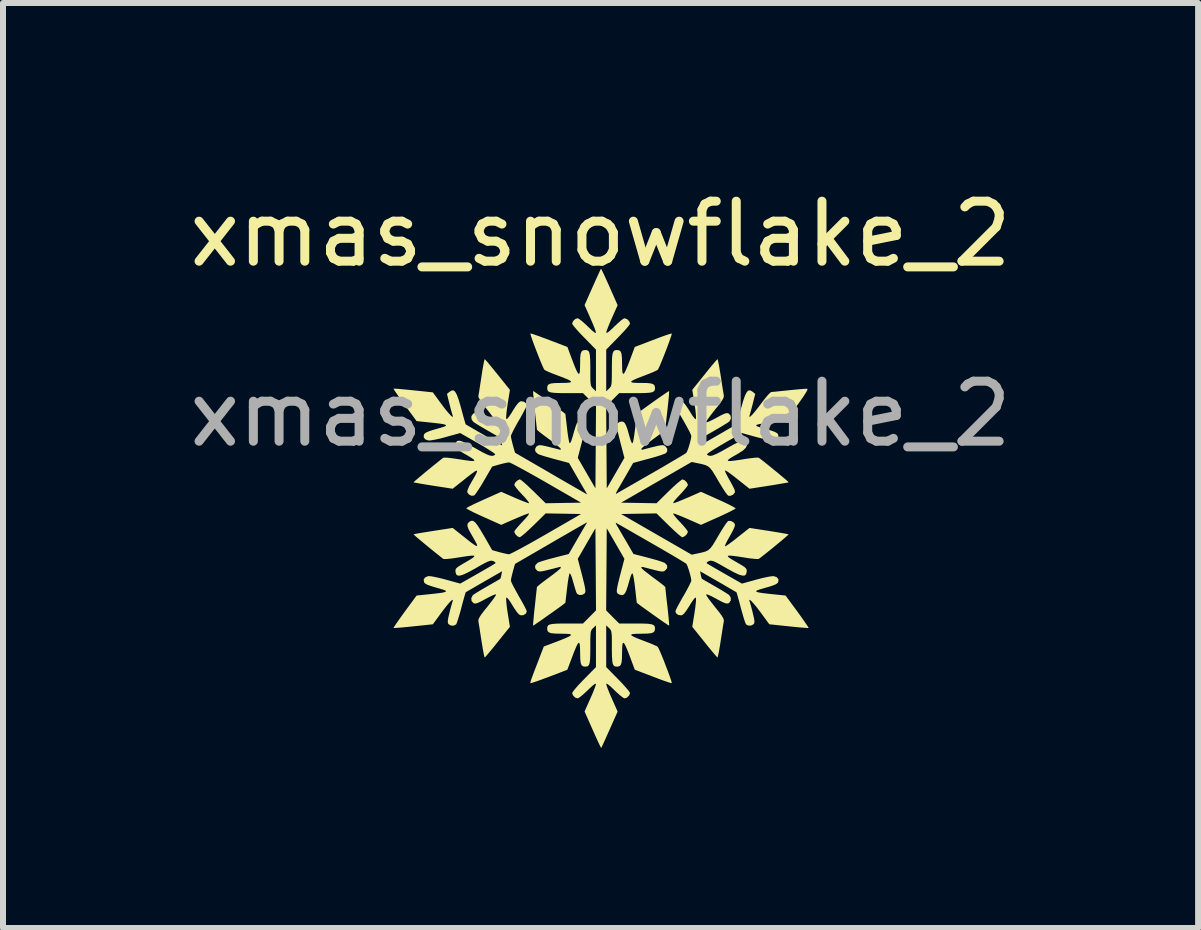
<source format=kicad_pcb>
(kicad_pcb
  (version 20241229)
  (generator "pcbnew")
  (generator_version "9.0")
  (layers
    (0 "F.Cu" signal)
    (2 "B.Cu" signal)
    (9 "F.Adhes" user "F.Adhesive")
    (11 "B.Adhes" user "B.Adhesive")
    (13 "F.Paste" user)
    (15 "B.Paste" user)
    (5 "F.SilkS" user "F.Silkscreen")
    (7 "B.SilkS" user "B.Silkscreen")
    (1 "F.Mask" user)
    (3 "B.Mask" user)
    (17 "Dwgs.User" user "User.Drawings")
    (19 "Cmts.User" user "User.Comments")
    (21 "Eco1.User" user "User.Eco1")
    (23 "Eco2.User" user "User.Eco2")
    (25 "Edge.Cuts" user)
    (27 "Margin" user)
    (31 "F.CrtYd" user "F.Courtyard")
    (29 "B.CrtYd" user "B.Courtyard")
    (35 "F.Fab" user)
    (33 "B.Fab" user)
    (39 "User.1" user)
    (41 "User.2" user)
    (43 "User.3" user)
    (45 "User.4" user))
  (footprint "xmas_snowflake_2"
    (layer "F.Cu")
    (at 6.958 1.348)
    (property "Reference" "xmas_snowflake_2" (at 0 -0.5 0) (unlocked yes) (layer "F.SilkS") (effects (font (size 1 1) (thickness 0.15))))
    (fp_poly (pts (xy 0.016 0.093) (xy 0.038 0.137) (xy 0.07 0.205) (xy 0.109 0.291) (xy 0.149 0.38) (xy 0.285 0.688) (xy 0.19 0.901) (xy 0.153 0.985) (xy 0.123 1.06) (xy 0.102 1.116) (xy 0.095 1.146) (xy 0.095 1.146) (xy 0.106 1.15) (xy 0.142 1.126) (xy 0.201 1.073) (xy 0.232 1.042) (xy 0.293 0.985) (xy 0.346 0.939) (xy 0.386 0.911) (xy 0.401 0.906) (xy 0.444 0.921) (xy 0.479 0.958) (xy 0.492 0.995) (xy 0.479 1.018) (xy 0.444 1.063) (xy 0.391 1.123) (xy 0.326 1.192) (xy 0.293 1.226) (xy 0.095 1.428) (xy 0.095 1.775) (xy 0.095 2.123) (xy 0.142 2.078) (xy 0.16 2.059) (xy 0.173 2.039) (xy 0.181 2.011) (xy 0.186 1.968) (xy 0.188 1.904) (xy 0.189 1.812) (xy 0.189 1.757) (xy 0.19 1.639) (xy 0.193 1.554) (xy 0.201 1.496) (xy 0.214 1.461) (xy 0.233 1.442) (xy 0.26 1.436) (xy 0.274 1.435) (xy 0.31 1.44) (xy 0.335 1.46) (xy 0.35 1.499) (xy 0.357 1.564) (xy 0.359 1.66) (xy 0.359 1.668) (xy 0.361 1.756) (xy 0.366 1.811) (xy 0.377 1.834) (xy 0.394 1.824) (xy 0.418 1.779) (xy 0.452 1.699) (xy 0.491 1.599) (xy 0.571 1.384) (xy 0.875 1.268) (xy 0.975 1.23) (xy 1.062 1.198) (xy 1.13 1.175) (xy 1.174 1.162) (xy 1.187 1.16) (xy 1.184 1.18) (xy 1.169 1.227) (xy 1.145 1.296) (xy 1.115 1.378) (xy 1.081 1.467) (xy 1.046 1.556) (xy 1.013 1.637) (xy 0.985 1.704) (xy 0.964 1.749) (xy 0.954 1.764) (xy 0.928 1.779) (xy 0.875 1.804) (xy 0.803 1.833) (xy 0.736 1.859) (xy 0.627 1.901) (xy 0.554 1.932) (xy 0.515 1.955) (xy 0.511 1.97) (xy 0.539 1.979) (xy 0.601 1.983) (xy 0.673 1.984) (xy 0.772 1.985) (xy 0.84 1.992) (xy 0.881 2.006) (xy 0.902 2.03) (xy 0.908 2.065) (xy 0.908 2.069) (xy 0.905 2.1) (xy 0.892 2.122) (xy 0.863 2.138) (xy 0.815 2.147) (xy 0.742 2.152) (xy 0.637 2.154) (xy 0.587 2.154) (xy 0.311 2.154) (xy 0.202 2.263) (xy 0.094 2.373) (xy 0.099 3.057) (xy 0.104 3.741) (xy 0.251 3.487) (xy 0.398 3.232) (xy 0.327 2.96) (xy 0.3 2.852) (xy 0.282 2.774) (xy 0.273 2.721) (xy 0.271 2.687) (xy 0.276 2.665) (xy 0.282 2.657) (xy 0.32 2.633) (xy 0.353 2.627) (xy 0.381 2.632) (xy 0.404 2.653) (xy 0.426 2.694) (xy 0.45 2.76) (xy 0.477 2.858) (xy 0.483 2.878) (xy 0.503 2.943) (xy 0.52 2.982) (xy 0.534 2.99) (xy 0.534 2.989) (xy 0.542 2.965) (xy 0.553 2.911) (xy 0.565 2.835) (xy 0.576 2.745) (xy 0.577 2.738) (xy 0.587 2.649) (xy 0.596 2.575) (xy 0.602 2.523) (xy 0.604 2.501) (xy 0.604 2.5) (xy 0.62 2.487) (xy 0.659 2.457) (xy 0.718 2.414) (xy 0.789 2.363) (xy 0.867 2.307) (xy 0.945 2.252) (xy 1.018 2.201) (xy 1.079 2.159) (xy 1.123 2.13) (xy 1.143 2.119) (xy 1.143 2.119) (xy 1.143 2.139) (xy 1.14 2.19) (xy 1.133 2.266) (xy 1.123 2.361) (xy 1.115 2.437) (xy 1.103 2.542) (xy 1.093 2.633) (xy 1.085 2.705) (xy 1.08 2.75) (xy 1.079 2.762) (xy 1.064 2.777) (xy 1.024 2.81) (xy 0.965 2.856) (xy 0.893 2.909) (xy 0.879 2.919) (xy 0.805 2.975) (xy 0.744 3.023) (xy 0.7 3.06) (xy 0.681 3.08) (xy 0.681 3.082) (xy 0.685 3.099) (xy 0.686 3.099) (xy 0.705 3.095) (xy 0.752 3.083) (xy 0.82 3.065) (xy 0.864 3.054) (xy 0.947 3.034) (xy 1.003 3.023) (xy 1.039 3.021) (xy 1.063 3.028) (xy 1.077 3.037) (xy 1.11 3.077) (xy 1.112 3.123) (xy 1.089 3.155) (xy 1.062 3.167) (xy 1.006 3.187) (xy 0.928 3.212) (xy 0.835 3.238) (xy 0.803 3.247) (xy 0.544 3.317) (xy 0.441 3.497) (xy 0.393 3.58) (xy 0.346 3.662) (xy 0.307 3.729) (xy 0.289 3.759) (xy 0.265 3.804) (xy 0.255 3.83) (xy 0.258 3.833) (xy 0.278 3.821) (xy 0.326 3.793) (xy 0.4 3.751) (xy 0.495 3.696) (xy 0.607 3.632) (xy 0.732 3.56) (xy 0.842 3.497) (xy 0.976 3.42) (xy 1.099 3.348) (xy 1.209 3.283) (xy 1.301 3.229) (xy 1.371 3.187) (xy 1.416 3.159) (xy 1.43 3.149) (xy 1.445 3.12) (xy 1.465 3.067) (xy 1.485 3.001) (xy 1.502 2.936) (xy 1.512 2.884) (xy 1.513 2.868) (xy 1.504 2.841) (xy 1.479 2.788) (xy 1.441 2.717) (xy 1.395 2.635) (xy 1.381 2.61) (xy 1.332 2.526) (xy 1.292 2.452) (xy 1.263 2.394) (xy 1.249 2.36) (xy 1.248 2.356) (xy 1.265 2.317) (xy 1.306 2.292) (xy 1.347 2.289) (xy 1.376 2.304) (xy 1.411 2.342) (xy 1.457 2.409) (xy 1.484 2.452) (xy 1.531 2.528) (xy 1.566 2.573) (xy 1.586 2.588) (xy 1.59 2.585) (xy 1.592 2.558) (xy 1.588 2.501) (xy 1.58 2.424) (xy 1.566 2.334) (xy 1.566 2.33) (xy 1.529 2.099) (xy 1.734 1.844) (xy 1.801 1.76) (xy 1.86 1.688) (xy 1.908 1.632) (xy 1.939 1.597) (xy 1.949 1.587) (xy 1.956 1.605) (xy 1.966 1.653) (xy 1.98 1.726) (xy 1.995 1.817) (xy 2.003 1.865) (xy 2.019 1.968) (xy 2.033 2.06) (xy 2.045 2.134) (xy 2.053 2.182) (xy 2.055 2.192) (xy 2.054 2.218) (xy 2.039 2.253) (xy 2.008 2.301) (xy 1.958 2.368) (xy 1.911 2.425) (xy 1.854 2.498) (xy 1.806 2.561) (xy 1.773 2.609) (xy 1.759 2.635) (xy 1.759 2.636) (xy 1.774 2.639) (xy 1.817 2.623) (xy 1.884 2.59) (xy 1.928 2.567) (xy 2.007 2.524) (xy 2.062 2.498) (xy 2.098 2.487) (xy 2.124 2.489) (xy 2.136 2.493) (xy 2.168 2.529) (xy 2.173 2.577) (xy 2.15 2.622) (xy 2.142 2.63) (xy 2.113 2.65) (xy 2.059 2.683) (xy 1.987 2.727) (xy 1.905 2.774) (xy 1.901 2.777) (xy 1.822 2.822) (xy 1.756 2.86) (xy 1.71 2.887) (xy 1.689 2.9) (xy 1.688 2.9) (xy 1.682 2.919) (xy 1.672 2.96) (xy 1.671 2.964) (xy 1.659 3.025) (xy 1.96 2.852) (xy 2.055 2.797) (xy 2.139 2.748) (xy 2.205 2.71) (xy 2.249 2.684) (xy 2.265 2.674) (xy 2.272 2.655) (xy 2.286 2.606) (xy 2.307 2.534) (xy 2.331 2.446) (xy 2.341 2.409) (xy 2.376 2.287) (xy 2.406 2.199) (xy 2.434 2.142) (xy 2.461 2.112) (xy 2.49 2.107) (xy 2.524 2.123) (xy 2.535 2.131) (xy 2.578 2.167) (xy 2.538 2.327) (xy 2.518 2.404) (xy 2.5 2.47) (xy 2.487 2.514) (xy 2.485 2.522) (xy 2.479 2.548) (xy 2.493 2.546) (xy 2.525 2.517) (xy 2.572 2.462) (xy 2.633 2.386) (xy 2.676 2.328) (xy 2.732 2.255) (xy 2.782 2.194) (xy 2.822 2.152) (xy 2.845 2.135) (xy 2.846 2.135) (xy 2.874 2.133) (xy 2.933 2.127) (xy 3.013 2.119) (xy 3.109 2.109) (xy 3.148 2.105) (xy 3.248 2.095) (xy 3.334 2.087) (xy 3.402 2.082) (xy 3.442 2.081) (xy 3.448 2.081) (xy 3.448 2.099) (xy 3.424 2.144) (xy 3.377 2.217) (xy 3.307 2.316) (xy 3.279 2.354) (xy 3.084 2.62) (xy 2.852 2.644) (xy 2.735 2.657) (xy 2.654 2.668) (xy 2.607 2.68) (xy 2.592 2.692) (xy 2.607 2.705) (xy 2.65 2.721) (xy 2.678 2.729) (xy 2.782 2.759) (xy 2.856 2.782) (xy 2.905 2.8) (xy 2.935 2.816) (xy 2.953 2.832) (xy 2.958 2.839) (xy 2.967 2.883) (xy 2.945 2.92) (xy 2.897 2.942) (xy 2.882 2.944) (xy 2.843 2.941) (xy 2.777 2.929) (xy 2.693 2.91) (xy 2.599 2.886) (xy 2.592 2.884) (xy 2.357 2.819) (xy 2.057 2.991) (xy 1.963 3.046) (xy 1.883 3.095) (xy 1.821 3.135) (xy 1.782 3.163) (xy 1.772 3.176) (xy 1.799 3.194) (xy 1.83 3.2) (xy 1.873 3.191) (xy 1.931 3.167) (xy 2.011 3.126) (xy 2.105 3.073) (xy 2.214 3.012) (xy 2.296 2.971) (xy 2.356 2.949) (xy 2.396 2.945) (xy 2.421 2.958) (xy 2.434 2.979) (xy 2.44 3.023) (xy 2.421 3.065) (xy 2.374 3.11) (xy 2.294 3.161) (xy 2.27 3.175) (xy 2.191 3.22) (xy 2.141 3.253) (xy 2.12 3.274) (xy 2.129 3.284) (xy 2.171 3.285) (xy 2.247 3.276) (xy 2.358 3.26) (xy 2.402 3.252) (xy 2.489 3.24) (xy 2.563 3.231) (xy 2.616 3.228) (xy 2.638 3.231) (xy 2.681 3.263) (xy 2.74 3.309) (xy 2.809 3.365) (xy 2.884 3.426) (xy 2.958 3.486) (xy 3.026 3.543) (xy 3.082 3.59) (xy 3.12 3.624) (xy 3.135 3.639) (xy 3.135 3.64) (xy 3.115 3.645) (xy 3.064 3.654) (xy 2.988 3.667) (xy 2.893 3.683) (xy 2.806 3.697) (xy 2.483 3.747) (xy 2.29 3.594) (xy 2.217 3.536) (xy 2.153 3.488) (xy 2.105 3.455) (xy 2.079 3.44) (xy 2.078 3.44) (xy 2.076 3.455) (xy 2.091 3.493) (xy 2.12 3.548) (xy 2.12 3.549) (xy 2.173 3.643) (xy 2.209 3.711) (xy 2.231 3.757) (xy 2.24 3.788) (xy 2.239 3.808) (xy 2.238 3.811) (xy 2.208 3.847) (xy 2.162 3.866) (xy 2.129 3.863) (xy 2.109 3.843) (xy 2.075 3.797) (xy 2.032 3.73) (xy 1.982 3.648) (xy 1.963 3.616) (xy 1.907 3.52) (xy 1.864 3.451) (xy 1.827 3.404) (xy 1.789 3.372) (xy 1.745 3.352) (xy 1.688 3.336) (xy 1.631 3.324) (xy 1.519 3.301) (xy 0.931 3.64) (xy 0.343 3.979) (xy 0.638 3.984) (xy 0.933 3.989) (xy 1.135 3.79) (xy 1.208 3.72) (xy 1.273 3.661) (xy 1.325 3.618) (xy 1.358 3.594) (xy 1.365 3.591) (xy 1.402 3.606) (xy 1.437 3.64) (xy 1.456 3.679) (xy 1.456 3.685) (xy 1.444 3.707) (xy 1.41 3.75) (xy 1.361 3.806) (xy 1.321 3.849) (xy 1.267 3.906) (xy 1.229 3.952) (xy 1.211 3.981) (xy 1.212 3.989) (xy 1.239 3.981) (xy 1.293 3.962) (xy 1.365 3.932) (xy 1.45 3.896) (xy 1.456 3.894) (xy 1.674 3.798) (xy 1.964 3.928) (xy 2.059 3.971) (xy 2.141 4.011) (xy 2.204 4.044) (xy 2.242 4.066) (xy 2.251 4.075) (xy 2.233 4.088) (xy 2.187 4.113) (xy 2.118 4.148) (xy 2.031 4.189) (xy 1.961 4.221) (xy 1.674 4.349) (xy 1.456 4.253) (xy 1.371 4.217) (xy 1.297 4.187) (xy 1.242 4.166) (xy 1.213 4.158) (xy 1.212 4.158) (xy 1.213 4.171) (xy 1.237 4.204) (xy 1.279 4.254) (xy 1.321 4.298) (xy 1.377 4.359) (xy 1.423 4.413) (xy 1.45 4.451) (xy 1.456 4.466) (xy 1.441 4.501) (xy 1.407 4.536) (xy 1.368 4.555) (xy 1.362 4.556) (xy 1.341 4.543) (xy 1.298 4.508) (xy 1.239 4.456) (xy 1.17 4.39) (xy 1.135 4.357) (xy 0.933 4.158) (xy 0.638 4.163) (xy 0.343 4.168) (xy 0.931 4.507) (xy 1.519 4.846) (xy 1.631 4.823) (xy 1.702 4.807) (xy 1.756 4.791) (xy 1.798 4.769) (xy 1.835 4.734) (xy 1.873 4.683) (xy 1.918 4.609) (xy 1.963 4.531) (xy 2.014 4.446) (xy 2.06 4.373) (xy 2.098 4.318) (xy 2.124 4.287) (xy 2.129 4.284) (xy 2.174 4.284) (xy 2.217 4.308) (xy 2.238 4.336) (xy 2.24 4.355) (xy 2.233 4.384) (xy 2.214 4.427) (xy 2.181 4.491) (xy 2.131 4.58) (xy 2.12 4.598) (xy 2.092 4.653) (xy 2.076 4.692) (xy 2.077 4.707) (xy 2.078 4.707) (xy 2.099 4.696) (xy 2.144 4.665) (xy 2.205 4.62) (xy 2.278 4.563) (xy 2.29 4.553) (xy 2.483 4.4) (xy 2.806 4.45) (xy 2.912 4.467) (xy 3.004 4.482) (xy 3.076 4.495) (xy 3.122 4.504) (xy 3.135 4.507) (xy 3.123 4.52) (xy 3.087 4.552) (xy 3.033 4.598) (xy 2.966 4.654) (xy 2.893 4.714) (xy 2.818 4.775) (xy 2.747 4.832) (xy 2.687 4.879) (xy 2.642 4.913) (xy 2.638 4.916) (xy 2.613 4.919) (xy 2.559 4.915) (xy 2.484 4.907) (xy 2.402 4.894) (xy 2.279 4.875) (xy 2.192 4.864) (xy 2.14 4.861) (xy 2.12 4.869) (xy 2.132 4.887) (xy 2.174 4.917) (xy 2.246 4.959) (xy 2.28 4.979) (xy 2.354 5.022) (xy 2.401 5.053) (xy 2.426 5.077) (xy 2.436 5.1) (xy 2.436 5.127) (xy 2.436 5.131) (xy 2.426 5.171) (xy 2.404 5.193) (xy 2.365 5.195) (xy 2.307 5.178) (xy 2.226 5.141) (xy 2.118 5.082) (xy 2.092 5.067) (xy 1.999 5.014) (xy 1.932 4.978) (xy 1.885 4.956) (xy 1.852 4.947) (xy 1.826 4.947) (xy 1.806 4.953) (xy 1.774 4.971) (xy 1.769 4.988) (xy 1.77 4.989) (xy 1.791 5.002) (xy 1.84 5.032) (xy 1.91 5.073) (xy 1.996 5.122) (xy 2.072 5.166) (xy 2.357 5.328) (xy 2.592 5.263) (xy 2.686 5.238) (xy 2.772 5.219) (xy 2.839 5.207) (xy 2.881 5.203) (xy 2.882 5.203) (xy 2.935 5.22) (xy 2.965 5.254) (xy 2.963 5.297) (xy 2.958 5.308) (xy 2.944 5.324) (xy 2.919 5.34) (xy 2.879 5.357) (xy 2.816 5.378) (xy 2.726 5.404) (xy 2.678 5.418) (xy 2.623 5.435) (xy 2.595 5.45) (xy 2.596 5.462) (xy 2.629 5.474) (xy 2.694 5.485) (xy 2.795 5.497) (xy 2.852 5.503) (xy 3.084 5.527) (xy 3.28 5.793) (xy 3.343 5.88) (xy 3.396 5.956) (xy 3.437 6.016) (xy 3.462 6.054) (xy 3.468 6.067) (xy 3.448 6.068) (xy 3.397 6.064) (xy 3.32 6.058) (xy 3.225 6.049) (xy 3.137 6.04) (xy 2.813 6.006) (xy 2.674 5.816) (xy 2.607 5.727) (xy 2.551 5.66) (xy 2.51 5.615) (xy 2.485 5.597) (xy 2.479 5.606) (xy 2.485 5.625) (xy 2.495 5.658) (xy 2.512 5.718) (xy 2.531 5.792) (xy 2.537 5.817) (xy 2.556 5.898) (xy 2.565 5.951) (xy 2.563 5.984) (xy 2.553 6.003) (xy 2.514 6.026) (xy 2.465 6.028) (xy 2.426 6.008) (xy 2.425 6.007) (xy 2.413 5.981) (xy 2.394 5.926) (xy 2.371 5.848) (xy 2.345 5.757) (xy 2.338 5.731) (xy 2.314 5.639) (xy 2.292 5.561) (xy 2.276 5.504) (xy 2.267 5.475) (xy 2.266 5.473) (xy 2.248 5.462) (xy 2.203 5.436) (xy 2.136 5.397) (xy 2.052 5.348) (xy 1.96 5.295) (xy 1.659 5.122) (xy 1.671 5.182) (xy 1.681 5.225) (xy 1.688 5.247) (xy 1.688 5.247) (xy 1.705 5.257) (xy 1.749 5.283) (xy 1.813 5.319) (xy 1.89 5.364) (xy 1.901 5.37) (xy 1.983 5.418) (xy 2.056 5.461) (xy 2.111 5.496) (xy 2.141 5.516) (xy 2.142 5.517) (xy 2.17 5.56) (xy 2.171 5.609) (xy 2.144 5.648) (xy 2.136 5.653) (xy 2.113 5.66) (xy 2.083 5.656) (xy 2.039 5.639) (xy 1.973 5.605) (xy 1.928 5.58) (xy 1.85 5.539) (xy 1.794 5.514) (xy 1.763 5.507) (xy 1.759 5.511) (xy 1.77 5.534) (xy 1.801 5.58) (xy 1.848 5.642) (xy 1.905 5.714) (xy 1.911 5.722) (xy 1.977 5.804) (xy 2.021 5.864) (xy 2.046 5.907) (xy 2.055 5.938) (xy 2.055 5.955) (xy 2.049 5.99) (xy 2.038 6.055) (xy 2.025 6.141) (xy 2.009 6.24) (xy 2.003 6.282) (xy 1.987 6.379) (xy 1.973 6.461) (xy 1.96 6.522) (xy 1.952 6.555) (xy 1.949 6.559) (xy 1.935 6.545) (xy 1.9 6.506) (xy 1.851 6.447) (xy 1.789 6.372) (xy 1.734 6.303) (xy 1.529 6.048) (xy 1.566 5.817) (xy 1.579 5.727) (xy 1.588 5.649) (xy 1.592 5.591) (xy 1.59 5.563) (xy 1.59 5.562) (xy 1.575 5.565) (xy 1.545 5.6) (xy 1.501 5.665) (xy 1.484 5.695) (xy 1.432 5.776) (xy 1.392 5.828) (xy 1.36 5.853) (xy 1.347 5.857) (xy 1.296 5.851) (xy 1.259 5.823) (xy 1.248 5.791) (xy 1.257 5.765) (xy 1.282 5.714) (xy 1.32 5.644) (xy 1.366 5.561) (xy 1.381 5.537) (xy 1.429 5.452) (xy 1.469 5.377) (xy 1.498 5.318) (xy 1.512 5.284) (xy 1.513 5.279) (xy 1.508 5.237) (xy 1.493 5.176) (xy 1.474 5.109) (xy 1.454 5.049) (xy 1.436 5.007) (xy 1.43 4.998) (xy 1.409 4.983) (xy 1.359 4.953) (xy 1.285 4.908) (xy 1.189 4.851) (xy 1.076 4.785) (xy 0.95 4.712) (xy 0.842 4.65) (xy 0.708 4.573) (xy 0.584 4.502) (xy 0.475 4.439) (xy 0.384 4.387) (xy 0.314 4.347) (xy 0.27 4.322) (xy 0.256 4.314) (xy 0.254 4.321) (xy 0.268 4.352) (xy 0.278 4.368) (xy 0.303 4.41) (xy 0.341 4.476) (xy 0.387 4.556) (xy 0.433 4.633) (xy 0.549 4.834) (xy 0.79 4.896) (xy 0.884 4.922) (xy 0.968 4.946) (xy 1.033 4.968) (xy 1.071 4.983) (xy 1.073 4.984) (xy 1.109 5.023) (xy 1.111 5.069) (xy 1.077 5.11) (xy 1.076 5.111) (xy 1.054 5.123) (xy 1.026 5.127) (xy 0.985 5.122) (xy 0.921 5.107) (xy 0.867 5.093) (xy 0.783 5.071) (xy 0.729 5.057) (xy 0.698 5.05) (xy 0.685 5.051) (xy 0.681 5.057) (xy 0.681 5.065) (xy 0.695 5.082) (xy 0.735 5.117) (xy 0.794 5.163) (xy 0.866 5.218) (xy 0.879 5.228) (xy 0.954 5.283) (xy 1.015 5.33) (xy 1.059 5.365) (xy 1.078 5.384) (xy 1.079 5.385) (xy 1.081 5.407) (xy 1.087 5.46) (xy 1.095 5.538) (xy 1.106 5.634) (xy 1.115 5.709) (xy 1.126 5.814) (xy 1.135 5.904) (xy 1.141 5.974) (xy 1.144 6.017) (xy 1.143 6.028) (xy 1.127 6.02) (xy 1.087 5.993) (xy 1.028 5.953) (xy 0.957 5.903) (xy 0.879 5.848) (xy 0.801 5.792) (xy 0.728 5.74) (xy 0.667 5.696) (xy 0.624 5.663) (xy 0.605 5.647) (xy 0.604 5.647) (xy 0.602 5.628) (xy 0.596 5.578) (xy 0.588 5.506) (xy 0.578 5.418) (xy 0.577 5.409) (xy 0.566 5.318) (xy 0.554 5.241) (xy 0.543 5.185) (xy 0.534 5.158) (xy 0.534 5.157) (xy 0.52 5.165) (xy 0.503 5.204) (xy 0.483 5.269) (xy 0.483 5.269) (xy 0.454 5.372) (xy 0.43 5.444) (xy 0.408 5.488) (xy 0.385 5.512) (xy 0.358 5.52) (xy 0.353 5.52) (xy 0.307 5.508) (xy 0.282 5.49) (xy 0.273 5.473) (xy 0.271 5.446) (xy 0.276 5.404) (xy 0.289 5.34) (xy 0.311 5.249) (xy 0.327 5.187) (xy 0.398 4.915) (xy 0.251 4.66) (xy 0.104 4.406) (xy 0.099 5.09) (xy 0.094 5.774) (xy 0.202 5.884) (xy 0.311 5.993) (xy 0.587 5.993) (xy 0.704 5.994) (xy 0.79 5.997) (xy 0.847 6.005) (xy 0.883 6.018) (xy 0.901 6.037) (xy 0.907 6.065) (xy 0.908 6.078) (xy 0.903 6.114) (xy 0.884 6.139) (xy 0.845 6.154) (xy 0.78 6.161) (xy 0.685 6.163) (xy 0.673 6.163) (xy 0.586 6.165) (xy 0.531 6.17) (xy 0.509 6.18) (xy 0.52 6.196) (xy 0.566 6.22) (xy 0.646 6.253) (xy 0.736 6.288) (xy 0.818 6.319) (xy 0.887 6.348) (xy 0.936 6.371) (xy 0.954 6.383) (xy 0.968 6.407) (xy 0.991 6.458) (xy 1.021 6.529) (xy 1.055 6.612) (xy 1.089 6.702) (xy 1.123 6.79) (xy 1.152 6.869) (xy 1.174 6.933) (xy 1.186 6.975) (xy 1.187 6.987) (xy 1.168 6.984) (xy 1.119 6.968) (xy 1.046 6.943) (xy 0.957 6.91) (xy 0.875 6.879) (xy 0.571 6.763) (xy 0.491 6.548) (xy 0.448 6.437) (xy 0.415 6.361) (xy 0.391 6.32) (xy 0.375 6.314) (xy 0.365 6.34) (xy 0.361 6.399) (xy 0.359 6.479) (xy 0.357 6.578) (xy 0.35 6.645) (xy 0.336 6.685) (xy 0.312 6.706) (xy 0.277 6.712) (xy 0.274 6.712) (xy 0.243 6.709) (xy 0.221 6.696) (xy 0.205 6.668) (xy 0.196 6.619) (xy 0.191 6.546) (xy 0.189 6.442) (xy 0.189 6.39) (xy 0.189 6.282) (xy 0.188 6.205) (xy 0.184 6.153) (xy 0.177 6.119) (xy 0.167 6.096) (xy 0.151 6.078) (xy 0.142 6.069) (xy 0.095 6.024) (xy 0.095 6.372) (xy 0.095 6.719) (xy 0.293 6.921) (xy 0.363 6.993) (xy 0.422 7.059) (xy 0.466 7.111) (xy 0.489 7.144) (xy 0.492 7.152) (xy 0.476 7.194) (xy 0.439 7.229) (xy 0.401 7.241) (xy 0.375 7.229) (xy 0.33 7.194) (xy 0.273 7.144) (xy 0.232 7.105) (xy 0.165 7.04) (xy 0.119 7.004) (xy 0.097 6.995) (xy 0.095 7.001) (xy 0.102 7.03) (xy 0.122 7.085) (xy 0.152 7.16) (xy 0.189 7.244) (xy 0.19 7.247) (xy 0.285 7.461) (xy 0.151 7.762) (xy 0.107 7.86) (xy 0.069 7.945) (xy 0.038 8.012) (xy 0.018 8.055) (xy 0.012 8.068) (xy 0.003 8.054) (xy -0.019 8.01) (xy -0.051 7.942) (xy -0.09 7.856) (xy -0.13 7.766) (xy -0.266 7.459) (xy -0.171 7.246) (xy -0.134 7.162) (xy -0.104 7.087) (xy -0.083 7.031) (xy -0.076 7.001) (xy -0.076 7.001) (xy -0.088 6.996) (xy -0.123 7.021) (xy -0.182 7.074) (xy -0.213 7.105) (xy -0.274 7.162) (xy -0.328 7.208) (xy -0.367 7.235) (xy -0.382 7.241) (xy -0.425 7.226) (xy -0.46 7.189) (xy -0.473 7.152) (xy -0.46 7.129) (xy -0.425 7.084) (xy -0.373 7.024) (xy -0.307 6.954) (xy -0.274 6.921) (xy -0.076 6.719) (xy -0.076 6.372) (xy -0.076 6.024) (xy -0.123 6.069) (xy -0.141 6.087) (xy -0.154 6.107) (xy -0.163 6.136) (xy -0.167 6.179) (xy -0.17 6.243) (xy -0.17 6.335) (xy -0.17 6.39) (xy -0.171 6.508) (xy -0.174 6.593) (xy -0.182 6.651) (xy -0.195 6.686) (xy -0.214 6.705) (xy -0.242 6.711) (xy -0.255 6.712) (xy -0.291 6.707) (xy -0.316 6.687) (xy -0.331 6.648) (xy -0.338 6.583) (xy -0.34 6.487) (xy -0.34 6.479) (xy -0.342 6.391) (xy -0.347 6.336) (xy -0.358 6.313) (xy -0.375 6.323) (xy -0.399 6.368) (xy -0.433 6.447) (xy -0.472 6.549) (xy -0.553 6.764) (xy -0.856 6.88) (xy -0.956 6.917) (xy -1.043 6.949) (xy -1.111 6.972) (xy -1.155 6.985) (xy -1.168 6.987) (xy -1.17 6.98) (xy -1.166 6.963) (xy -1.157 6.932) (xy -1.139 6.882) (xy -1.112 6.81) (xy -1.074 6.711) (xy -1.024 6.582) (xy -1.023 6.577) (xy -0.945 6.376) (xy -0.732 6.296) (xy -0.62 6.252) (xy -0.543 6.219) (xy -0.5 6.195) (xy -0.491 6.179) (xy -0.514 6.169) (xy -0.568 6.165) (xy -0.654 6.163) (xy -0.654 6.163) (xy -0.753 6.161) (xy -0.821 6.155) (xy -0.862 6.14) (xy -0.883 6.117) (xy -0.889 6.082) (xy -0.889 6.078) (xy -0.886 6.047) (xy -0.873 6.024) (xy -0.845 6.009) (xy -0.796 6) (xy -0.723 5.995) (xy -0.618 5.993) (xy -0.568 5.993) (xy -0.292 5.993) (xy -0.184 5.884) (xy -0.075 5.774) (xy -0.08 5.09) (xy -0.085 4.406) (xy -0.232 4.66) (xy -0.379 4.915) (xy -0.308 5.187) (xy -0.281 5.295) (xy -0.263 5.373) (xy -0.254 5.426) (xy -0.252 5.46) (xy -0.258 5.482) (xy -0.263 5.49) (xy -0.303 5.515) (xy -0.351 5.518) (xy -0.389 5.5) (xy -0.392 5.497) (xy -0.405 5.469) (xy -0.423 5.414) (xy -0.444 5.341) (xy -0.454 5.307) (xy -0.476 5.23) (xy -0.496 5.178) (xy -0.511 5.157) (xy -0.515 5.157) (xy -0.523 5.182) (xy -0.534 5.236) (xy -0.546 5.312) (xy -0.557 5.402) (xy -0.558 5.409) (xy -0.568 5.498) (xy -0.577 5.572) (xy -0.583 5.624) (xy -0.585 5.646) (xy -0.586 5.647) (xy -0.601 5.66) (xy -0.64 5.69) (xy -0.699 5.733) (xy -0.77 5.784) (xy -0.848 5.839) (xy -0.926 5.894) (xy -0.998 5.945) (xy -1.06 5.987) (xy -1.103 6.017) (xy -1.123 6.028) (xy -1.124 6.028) (xy -1.124 6.008) (xy -1.12 5.957) (xy -1.113 5.881) (xy -1.104 5.786) (xy -1.095 5.709) (xy -1.084 5.605) (xy -1.074 5.513) (xy -1.066 5.442) (xy -1.061 5.397) (xy -1.06 5.385) (xy -1.045 5.37) (xy -1.006 5.337) (xy -0.946 5.291) (xy -0.874 5.237) (xy -0.861 5.228) (xy -0.786 5.172) (xy -0.725 5.124) (xy -0.681 5.087) (xy -0.662 5.067) (xy -0.662 5.065) (xy -0.666 5.048) (xy -0.667 5.048) (xy -0.686 5.052) (xy -0.733 5.064) (xy -0.801 5.082) (xy -0.845 5.093) (xy -0.928 5.113) (xy -0.983 5.124) (xy -1.019 5.126) (xy -1.044 5.119) (xy -1.059 5.11) (xy -1.09 5.07) (xy -1.088 5.025) (xy -1.054 4.986) (xy -1.04 4.977) (xy -1.004 4.963) (xy -0.94 4.943) (xy -0.857 4.919) (xy -0.764 4.895) (xy -0.762 4.894) (xy -0.53 4.835) (xy -0.414 4.634) (xy -0.365 4.549) (xy -0.319 4.47) (xy -0.282 4.407) (xy -0.26 4.369) (xy -0.222 4.306) (xy -0.276 4.336) (xy -0.305 4.352) (xy -0.363 4.385) (xy -0.445 4.432) (xy -0.546 4.491) (xy -0.663 4.558) (xy -0.791 4.632) (xy -0.878 4.683) (xy -1.425 5) (xy -1.46 5.123) (xy -1.477 5.191) (xy -1.49 5.247) (xy -1.494 5.278) (xy -1.485 5.305) (xy -1.46 5.358) (xy -1.422 5.429) (xy -1.376 5.512) (xy -1.362 5.537) (xy -1.314 5.621) (xy -1.273 5.695) (xy -1.244 5.753) (xy -1.23 5.786) (xy -1.229 5.791) (xy -1.246 5.83) (xy -1.287 5.854) (xy -1.328 5.857) (xy -1.357 5.843) (xy -1.392 5.805) (xy -1.438 5.738) (xy -1.465 5.695) (xy -1.512 5.619) (xy -1.547 5.574) (xy -1.568 5.559) (xy -1.571 5.562) (xy -1.573 5.589) (xy -1.569 5.646) (xy -1.561 5.723) (xy -1.548 5.813) (xy -1.547 5.817) (xy -1.51 6.048) (xy -1.715 6.303) (xy -1.782 6.387) (xy -1.842 6.459) (xy -1.889 6.515) (xy -1.92 6.55) (xy -1.93 6.559) (xy -1.937 6.542) (xy -1.947 6.494) (xy -1.961 6.421) (xy -1.976 6.33) (xy -1.984 6.282) (xy -2 6.179) (xy -2.014 6.087) (xy -2.026 6.013) (xy -2.034 5.965) (xy -2.036 5.955) (xy -2.035 5.929) (xy -2.02 5.894) (xy -1.99 5.846) (xy -1.939 5.779) (xy -1.892 5.722) (xy -1.835 5.649) (xy -1.787 5.586) (xy -1.754 5.538) (xy -1.74 5.512) (xy -1.74 5.511) (xy -1.755 5.508) (xy -1.798 5.524) (xy -1.865 5.557) (xy -1.909 5.58) (xy -1.988 5.623) (xy -2.043 5.649) (xy -2.079 5.66) (xy -2.105 5.658) (xy -2.117 5.653) (xy -2.149 5.618) (xy -2.154 5.57) (xy -2.131 5.525) (xy -2.123 5.517) (xy -2.094 5.497) (xy -2.04 5.463) (xy -1.968 5.42) (xy -1.886 5.373) (xy -1.882 5.37) (xy -1.803 5.325) (xy -1.737 5.287) (xy -1.691 5.26) (xy -1.67 5.247) (xy -1.669 5.247) (xy -1.663 5.228) (xy -1.653 5.187) (xy -1.653 5.182) (xy -1.64 5.122) (xy -1.941 5.295) (xy -2.036 5.35) (xy -2.12 5.399) (xy -2.187 5.437) (xy -2.231 5.463) (xy -2.247 5.473) (xy -2.253 5.492) (xy -2.268 5.541) (xy -2.288 5.613) (xy -2.312 5.701) (xy -2.319 5.731) (xy -2.345 5.825) (xy -2.37 5.907) (xy -2.39 5.969) (xy -2.404 6.004) (xy -2.406 6.007) (xy -2.444 6.028) (xy -2.493 6.027) (xy -2.533 6.004) (xy -2.534 6.003) (xy -2.544 5.981) (xy -2.545 5.946) (xy -2.536 5.891) (xy -2.518 5.817) (xy -2.499 5.74) (xy -2.481 5.675) (xy -2.468 5.632) (xy -2.466 5.625) (xy -2.46 5.599) (xy -2.474 5.601) (xy -2.506 5.63) (xy -2.553 5.684) (xy -2.613 5.76) (xy -2.655 5.816) (xy -2.794 6.006) (xy -3.118 6.04) (xy -3.225 6.051) (xy -3.317 6.06) (xy -3.39 6.065) (xy -3.436 6.068) (xy -3.449 6.067) (xy -3.441 6.05) (xy -3.413 6.008) (xy -3.37 5.945) (xy -3.315 5.868) (xy -3.261 5.793) (xy -3.065 5.527) (xy -2.833 5.503) (xy -2.716 5.49) (xy -2.635 5.479) (xy -2.588 5.467) (xy -2.573 5.455) (xy -2.588 5.442) (xy -2.631 5.426) (xy -2.659 5.418) (xy -2.763 5.388) (xy -2.837 5.365) (xy -2.886 5.347) (xy -2.916 5.331) (xy -2.934 5.315) (xy -2.939 5.308) (xy -2.948 5.264) (xy -2.926 5.227) (xy -2.878 5.205) (xy -2.863 5.203) (xy -2.825 5.206) (xy -2.758 5.218) (xy -2.674 5.237) (xy -2.58 5.261) (xy -2.573 5.263) (xy -2.338 5.328) (xy -2.053 5.166) (xy -1.959 5.112) (xy -1.876 5.064) (xy -1.809 5.025) (xy -1.766 4.998) (xy -1.751 4.989) (xy -1.754 4.972) (xy -1.785 4.954) (xy -1.787 4.953) (xy -1.811 4.946) (xy -1.837 4.948) (xy -1.872 4.959) (xy -1.921 4.982) (xy -1.992 5.02) (xy -2.073 5.067) (xy -2.187 5.13) (xy -2.273 5.172) (xy -2.336 5.194) (xy -2.378 5.195) (xy -2.404 5.177) (xy -2.416 5.14) (xy -2.417 5.131) (xy -2.418 5.102) (xy -2.409 5.08) (xy -2.386 5.056) (xy -2.342 5.027) (xy -2.272 4.985) (xy -2.261 4.979) (xy -2.179 4.931) (xy -2.126 4.897) (xy -2.102 4.874) (xy -2.109 4.863) (xy -2.149 4.862) (xy -2.223 4.87) (xy -2.332 4.887) (xy -2.383 4.895) (xy -2.47 4.908) (xy -2.544 4.916) (xy -2.597 4.919) (xy -2.619 4.917) (xy -2.663 4.883) (xy -2.723 4.836) (xy -2.793 4.779) (xy -2.868 4.718) (xy -2.942 4.657) (xy -3.01 4.6) (xy -3.065 4.554) (xy -3.102 4.521) (xy -3.116 4.507) (xy -3.116 4.507) (xy -3.096 4.502) (xy -3.045 4.492) (xy -2.969 4.479) (xy -2.874 4.464) (xy -2.787 4.45) (xy -2.464 4.4) (xy -2.271 4.553) (xy -2.177 4.628) (xy -2.111 4.677) (xy -2.071 4.701) (xy -2.056 4.699) (xy -2.063 4.669) (xy -2.093 4.612) (xy -2.142 4.526) (xy -2.159 4.497) (xy -2.201 4.419) (xy -2.219 4.364) (xy -2.213 4.325) (xy -2.184 4.296) (xy -2.173 4.29) (xy -2.145 4.28) (xy -2.118 4.285) (xy -2.088 4.309) (xy -2.052 4.354) (xy -2.006 4.425) (xy -1.946 4.526) (xy -1.939 4.538) (xy -1.806 4.77) (xy -1.683 4.805) (xy -1.615 4.822) (xy -1.557 4.835) (xy -1.524 4.839) (xy -1.5 4.83) (xy -1.447 4.804) (xy -1.369 4.763) (xy -1.271 4.71) (xy -1.155 4.646) (xy -1.027 4.573) (xy -0.906 4.504) (xy -0.324 4.168) (xy -0.619 4.163) (xy -0.914 4.158) (xy -1.116 4.357) (xy -1.189 4.426) (xy -1.254 4.486) (xy -1.306 4.529) (xy -1.339 4.553) (xy -1.347 4.556) (xy -1.383 4.541) (xy -1.418 4.506) (xy -1.437 4.468) (xy -1.437 4.462) (xy -1.425 4.439) (xy -1.391 4.397) (xy -1.342 4.341) (xy -1.302 4.298) (xy -1.249 4.241) (xy -1.21 4.195) (xy -1.192 4.166) (xy -1.193 4.158) (xy -1.22 4.165) (xy -1.274 4.185) (xy -1.347 4.215) (xy -1.431 4.251) (xy -1.437 4.253) (xy -1.655 4.349) (xy -1.948 4.218) (xy -2.044 4.174) (xy -2.127 4.135) (xy -2.19 4.102) (xy -2.229 4.08) (xy -2.238 4.072) (xy -2.22 4.06) (xy -2.174 4.035) (xy -2.105 4.001) (xy -2.018 3.961) (xy -1.945 3.928) (xy -1.655 3.798) (xy -1.437 3.894) (xy -1.352 3.93) (xy -1.278 3.96) (xy -1.223 3.98) (xy -1.194 3.989) (xy -1.193 3.989) (xy -1.194 3.976) (xy -1.218 3.943) (xy -1.26 3.893) (xy -1.302 3.849) (xy -1.359 3.787) (xy -1.404 3.734) (xy -1.431 3.696) (xy -1.437 3.681) (xy -1.422 3.645) (xy -1.388 3.611) (xy -1.35 3.592) (xy -1.343 3.591) (xy -1.322 3.604) (xy -1.279 3.639) (xy -1.22 3.691) (xy -1.151 3.757) (xy -1.116 3.79) (xy -0.914 3.989) (xy -0.619 3.984) (xy -0.324 3.979) (xy -0.906 3.643) (xy -1.042 3.565) (xy -1.169 3.494) (xy -1.282 3.431) (xy -1.379 3.379) (xy -1.454 3.339) (xy -1.504 3.315) (xy -1.524 3.308) (xy -1.56 3.313) (xy -1.62 3.326) (xy -1.683 3.342) (xy -1.805 3.377) (xy -1.941 3.61) (xy -1.991 3.695) (xy -2.038 3.768) (xy -2.076 3.824) (xy -2.101 3.856) (xy -2.106 3.859) (xy -2.149 3.865) (xy -2.193 3.843) (xy -2.221 3.806) (xy -2.217 3.772) (xy -2.193 3.713) (xy -2.159 3.65) (xy -2.104 3.556) (xy -2.069 3.491) (xy -2.056 3.454) (xy -2.064 3.444) (xy -2.097 3.46) (xy -2.156 3.503) (xy -2.242 3.57) (xy -2.271 3.594) (xy -2.464 3.747) (xy -2.787 3.697) (xy -2.893 3.68) (xy -2.984 3.665) (xy -3.056 3.652) (xy -3.102 3.644) (xy -3.116 3.64) (xy -3.104 3.627) (xy -3.068 3.596) (xy -3.013 3.55) (xy -2.947 3.494) (xy -2.873 3.433) (xy -2.798 3.372) (xy -2.727 3.315) (xy -2.667 3.266) (xy -2.622 3.232) (xy -2.619 3.23) (xy -2.594 3.228) (xy -2.54 3.231) (xy -2.465 3.24) (xy -2.383 3.252) (xy -2.26 3.271) (xy -2.173 3.283) (xy -2.121 3.286) (xy -2.101 3.278) (xy -2.113 3.26) (xy -2.156 3.23) (xy -2.227 3.187) (xy -2.261 3.168) (xy -2.335 3.124) (xy -2.382 3.094) (xy -2.408 3.07) (xy -2.417 3.047) (xy -2.417 3.02) (xy -2.417 3.018) (xy -2.408 2.976) (xy -2.39 2.952) (xy -2.358 2.946) (xy -2.308 2.958) (xy -2.236 2.991) (xy -2.139 3.043) (xy -2.087 3.072) (xy -1.983 3.131) (xy -1.906 3.17) (xy -1.849 3.193) (xy -1.808 3.2) (xy -1.777 3.193) (xy -1.753 3.176) (xy -1.764 3.163) (xy -1.803 3.134) (xy -1.865 3.094) (xy -1.946 3.044) (xy -2.038 2.991) (xy -2.339 2.819) (xy -2.574 2.884) (xy -2.667 2.909) (xy -2.753 2.928) (xy -2.821 2.94) (xy -2.862 2.944) (xy -2.863 2.944) (xy -2.916 2.927) (xy -2.946 2.893) (xy -2.945 2.85) (xy -2.939 2.839) (xy -2.925 2.823) (xy -2.901 2.807) (xy -2.86 2.79) (xy -2.798 2.769) (xy -2.707 2.743) (xy -2.659 2.729) (xy -2.604 2.712) (xy -2.576 2.697) (xy -2.577 2.685) (xy -2.61 2.673) (xy -2.675 2.662) (xy -2.776 2.65) (xy -2.833 2.644) (xy -3.065 2.62) (xy -3.261 2.354) (xy -3.324 2.267) (xy -3.377 2.191) (xy -3.419 2.131) (xy -3.443 2.093) (xy -3.449 2.08) (xy -3.429 2.079) (xy -3.378 2.082) (xy -3.301 2.089) (xy -3.206 2.098) (xy -3.118 2.107) (xy -2.794 2.141) (xy -2.655 2.331) (xy -2.588 2.42) (xy -2.532 2.487) (xy -2.491 2.531) (xy -2.467 2.55) (xy -2.46 2.541) (xy -2.466 2.522) (xy -2.476 2.489) (xy -2.493 2.429) (xy -2.512 2.355) (xy -2.519 2.327) (xy -2.559 2.167) (xy -2.516 2.131) (xy -2.481 2.11) (xy -2.45 2.108) (xy -2.423 2.13) (xy -2.395 2.179) (xy -2.366 2.258) (xy -2.333 2.369) (xy -2.322 2.409) (xy -2.297 2.502) (xy -2.275 2.582) (xy -2.258 2.64) (xy -2.248 2.671) (xy -2.247 2.674) (xy -2.229 2.685) (xy -2.184 2.711) (xy -2.117 2.75) (xy -2.033 2.799) (xy -1.941 2.852) (xy -1.64 3.025) (xy -1.653 2.964) (xy -1.662 2.922) (xy -1.669 2.9) (xy -1.669 2.9) (xy -1.686 2.89) (xy -1.73 2.864) (xy -1.794 2.828) (xy -1.871 2.783) (xy -1.882 2.777) (xy -1.964 2.729) (xy -2.037 2.686) (xy -2.092 2.651) (xy -2.122 2.63) (xy -2.123 2.63) (xy -2.151 2.586) (xy -2.152 2.538) (xy -2.125 2.499) (xy -2.117 2.493) (xy -2.094 2.486) (xy -2.064 2.49) (xy -2.02 2.508) (xy -1.954 2.542) (xy -1.909 2.567) (xy -1.831 2.608) (xy -1.775 2.633) (xy -1.744 2.64) (xy -1.74 2.636) (xy -1.751 2.613) (xy -1.783 2.567) (xy -1.829 2.505) (xy -1.885 2.433) (xy -1.892 2.425) (xy -1.964 2.334) (xy -2.01 2.267) (xy -2.033 2.222) (xy -2.036 2.201) (xy -2.03 2.17) (xy -2.02 2.109) (xy -2.007 2.025) (xy -1.992 1.927) (xy -1.984 1.875) (xy -1.969 1.776) (xy -1.954 1.691) (xy -1.942 1.628) (xy -1.933 1.593) (xy -1.93 1.587) (xy -1.916 1.601) (xy -1.881 1.64) (xy -1.832 1.7) (xy -1.771 1.774) (xy -1.715 1.843) (xy -1.51 2.099) (xy -1.547 2.33) (xy -1.56 2.42) (xy -1.569 2.498) (xy -1.573 2.556) (xy -1.571 2.584) (xy -1.571 2.585) (xy -1.556 2.582) (xy -1.526 2.547) (xy -1.482 2.482) (xy -1.465 2.452) (xy -1.413 2.371) (xy -1.373 2.319) (xy -1.341 2.294) (xy -1.328 2.289) (xy -1.277 2.296) (xy -1.24 2.324) (xy -1.229 2.356) (xy -1.238 2.382) (xy -1.264 2.433) (xy -1.301 2.503) (xy -1.347 2.586) (xy -1.362 2.61) (xy -1.41 2.695) (xy -1.45 2.77) (xy -1.479 2.829) (xy -1.493 2.864) (xy -1.494 2.869) (xy -1.489 2.903) (xy -1.476 2.96) (xy -1.46 3.024) (xy -1.425 3.147) (xy -0.925 3.436) (xy -0.795 3.512) (xy -0.671 3.584) (xy -0.557 3.65) (xy -0.459 3.706) (xy -0.383 3.75) (xy -0.332 3.779) (xy -0.324 3.784) (xy -0.222 3.843) (xy -0.27 3.759) (xy -0.301 3.707) (xy -0.343 3.634) (xy -0.391 3.55) (xy -0.422 3.497) (xy -0.525 3.317) (xy -0.759 3.255) (xy -0.852 3.229) (xy -0.936 3.205) (xy -1.001 3.184) (xy -1.039 3.17) (xy -1.04 3.169) (xy -1.082 3.133) (xy -1.092 3.089) (xy -1.071 3.047) (xy -1.059 3.037) (xy -1.037 3.025) (xy -1.009 3.021) (xy -0.969 3.025) (xy -0.906 3.039) (xy -0.845 3.054) (xy -0.77 3.073) (xy -0.71 3.088) (xy -0.674 3.097) (xy -0.667 3.099) (xy -0.662 3.085) (xy -0.662 3.082) (xy -0.676 3.065) (xy -0.716 3.03) (xy -0.775 2.983) (xy -0.847 2.929) (xy -0.861 2.919) (xy -0.935 2.864) (xy -0.997 2.817) (xy -1.04 2.782) (xy -1.06 2.763) (xy -1.06 2.762) (xy -1.062 2.74) (xy -1.068 2.687) (xy -1.077 2.609) (xy -1.087 2.513) (xy -1.095 2.437) (xy -1.106 2.333) (xy -1.115 2.243) (xy -1.121 2.173) (xy -1.124 2.13) (xy -1.124 2.119) (xy -1.108 2.127) (xy -1.068 2.154) (xy -1.009 2.194) (xy -0.938 2.244) (xy -0.86 2.299) (xy -0.782 2.355) (xy -0.709 2.407) (xy -0.648 2.451) (xy -0.605 2.484) (xy -0.586 2.5) (xy -0.586 2.5) (xy -0.583 2.519) (xy -0.578 2.569) (xy -0.569 2.641) (xy -0.559 2.729) (xy -0.558 2.738) (xy -0.547 2.829) (xy -0.535 2.906) (xy -0.524 2.962) (xy -0.515 2.989) (xy -0.515 2.99) (xy -0.502 2.981) (xy -0.484 2.94) (xy -0.463 2.873) (xy -0.454 2.84) (xy -0.432 2.764) (xy -0.412 2.7) (xy -0.396 2.659) (xy -0.392 2.65) (xy -0.355 2.629) (xy -0.307 2.631) (xy -0.266 2.654) (xy -0.263 2.657) (xy -0.254 2.674) (xy -0.252 2.701) (xy -0.257 2.743) (xy -0.27 2.807) (xy -0.293 2.898) (xy -0.308 2.96) (xy -0.379 3.232) (xy -0.232 3.487) (xy -0.085 3.741) (xy -0.08 3.057) (xy -0.075 2.373) (xy -0.184 2.263) (xy -0.292 2.154) (xy -0.568 2.154) (xy -0.685 2.153) (xy -0.771 2.149) (xy -0.828 2.142) (xy -0.864 2.129) (xy -0.882 2.11) (xy -0.888 2.082) (xy -0.889 2.069) (xy -0.884 2.033) (xy -0.865 2.008) (xy -0.826 1.993) (xy -0.761 1.986) (xy -0.666 1.984) (xy -0.654 1.984) (xy -0.567 1.982) (xy -0.511 1.977) (xy -0.489 1.966) (xy -0.501 1.95) (xy -0.547 1.925) (xy -0.628 1.892) (xy -0.716 1.859) (xy -0.798 1.828) (xy -0.868 1.799) (xy -0.916 1.776) (xy -0.935 1.765) (xy -0.949 1.741) (xy -0.972 1.69) (xy -1.002 1.619) (xy -1.035 1.535) (xy -1.07 1.446) (xy -1.104 1.357) (xy -1.133 1.278) (xy -1.155 1.214) (xy -1.167 1.172) (xy -1.168 1.16) (xy -1.149 1.163) (xy -1.1 1.179) (xy -1.028 1.204) (xy -0.938 1.237) (xy -0.856 1.268) (xy -0.552 1.384) (xy -0.472 1.599) (xy -0.429 1.71) (xy -0.396 1.786) (xy -0.373 1.826) (xy -0.356 1.833) (xy -0.346 1.807) (xy -0.342 1.748) (xy -0.34 1.668) (xy -0.339 1.569) (xy -0.332 1.502) (xy -0.317 1.462) (xy -0.294 1.441) (xy -0.258 1.435) (xy -0.255 1.435) (xy -0.224 1.438) (xy -0.202 1.451) (xy -0.186 1.479) (xy -0.177 1.527) (xy -0.172 1.601) (xy -0.17 1.705) (xy -0.17 1.757) (xy -0.17 1.865) (xy -0.169 1.941) (xy -0.165 1.993) (xy -0.159 2.028) (xy -0.148 2.051) (xy -0.132 2.069) (xy -0.123 2.078) (xy -0.076 2.123) (xy -0.076 1.775) (xy -0.076 1.428) (xy -0.274 1.226) (xy -0.344 1.154) (xy -0.403 1.088) (xy -0.447 1.036) (xy -0.47 1.003) (xy -0.473 0.995) (xy -0.457 0.953) (xy -0.42 0.918) (xy -0.382 0.906) (xy -0.356 0.918) (xy -0.311 0.953) (xy -0.254 1.003) (xy -0.213 1.042) (xy -0.146 1.106) (xy -0.1 1.143) (xy -0.078 1.152) (xy -0.076 1.146) (xy -0.083 1.117) (xy -0.103 1.061) (xy -0.133 0.987) (xy -0.17 0.903) (xy -0.171 0.9) (xy -0.266 0.686) (xy -0.132 0.385) (xy -0.088 0.287) (xy -0.05 0.202) (xy -0.019 0.135) (xy 0.001 0.092) (xy 0.007 0.079)) (stroke (width 0) (type solid)) (fill yes) (layer "F.SilkS"))
    (fp_text user "${REFERENCE}" (at 0 2.5 0) (unlocked yes) (layer "F.Fab") (effects (font (size 1 1) (thickness 0.15)))))
  (gr_rect
    (start -3 -3)
    (end 16.917 12.416)
    (stroke (width 0.1) (type default))
    (fill no)
    (layer "Edge.Cuts")))
</source>
